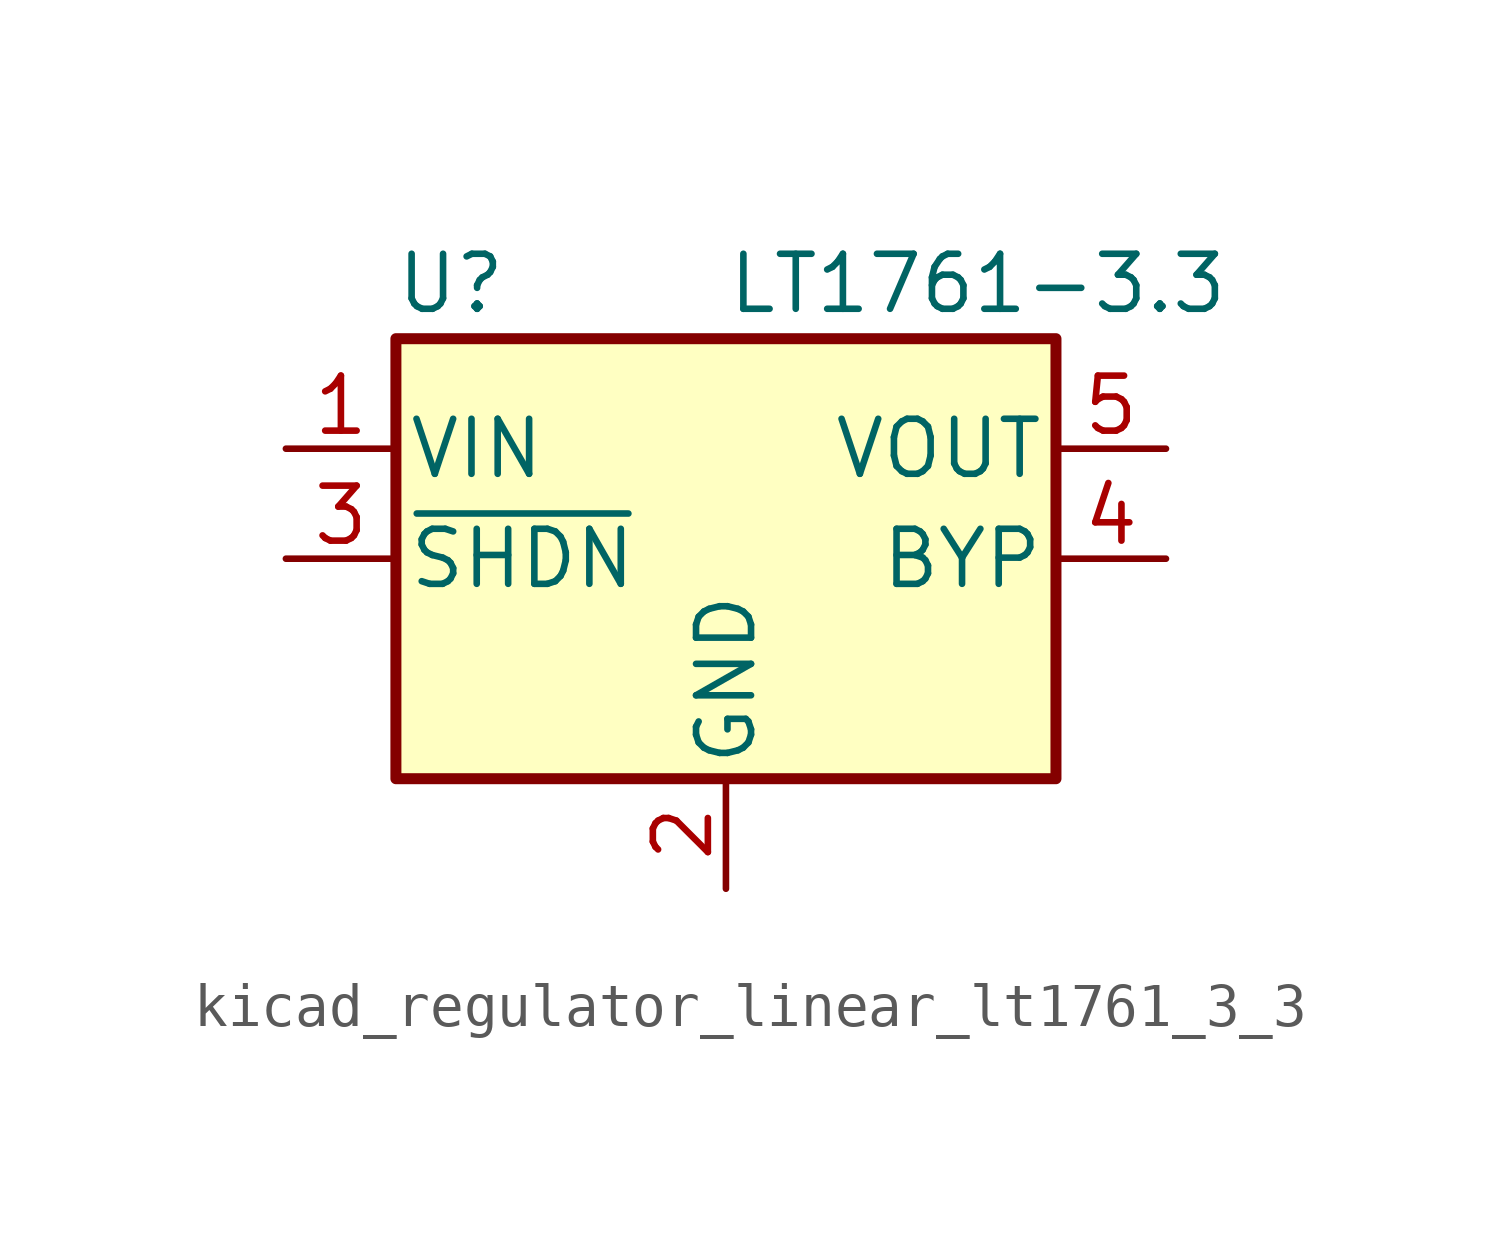
<source format=kicad_sym>
(kicad_symbol_lib
  (version 20220914)
  (generator kicad_symbol_editor)
  (symbol "kicad_regulator_linear_lt1761_3_3"
    (pin_names
      (offset 0.254))
    (property "Reference" "U"
      (at -6.35 6.35 0)
      (effects (font (size 1.27 1.27))))
    (property "Value" "LT1761-3.3"
      (at 0 6.35 0)
      (effects (font (size 1.27 1.27)) (justify left)))
    (symbol "kicad_regulator_linear_lt1761_3_3_0_1"
      (rectangle (start -7.62 5.08) (end 7.62 -5.08) (stroke (width 0.254) (type default)) (fill (type background))))
    (symbol "kicad_regulator_linear_lt1761_3_3_1_1"
      (pin power_in line (at -10.16 2.54 0) (length 2.54) (name "VIN" (effects (font (size 1.27 1.27)))) (number "1" (effects (font (size 1.27 1.27)))))
      (pin power_in line (at 0 -7.62 90) (length 2.54) (name "GND" (effects (font (size 1.27 1.27)))) (number "2" (effects (font (size 1.27 1.27)))))
      (pin input line (at -10.16 0 0) (length 2.54) (name "~{SHDN}" (effects (font (size 1.27 1.27)))) (number "3" (effects (font (size 1.27 1.27)))))
      (pin passive line (at 10.16 0 180) (length 2.54) (name "BYP" (effects (font (size 1.27 1.27)))) (number "4" (effects (font (size 1.27 1.27)))))
      (pin power_out line (at 10.16 2.54 180) (length 2.54) (name "VOUT" (effects (font (size 1.27 1.27)))) (number "5" (effects (font (size 1.27 1.27))))))))
</source>
